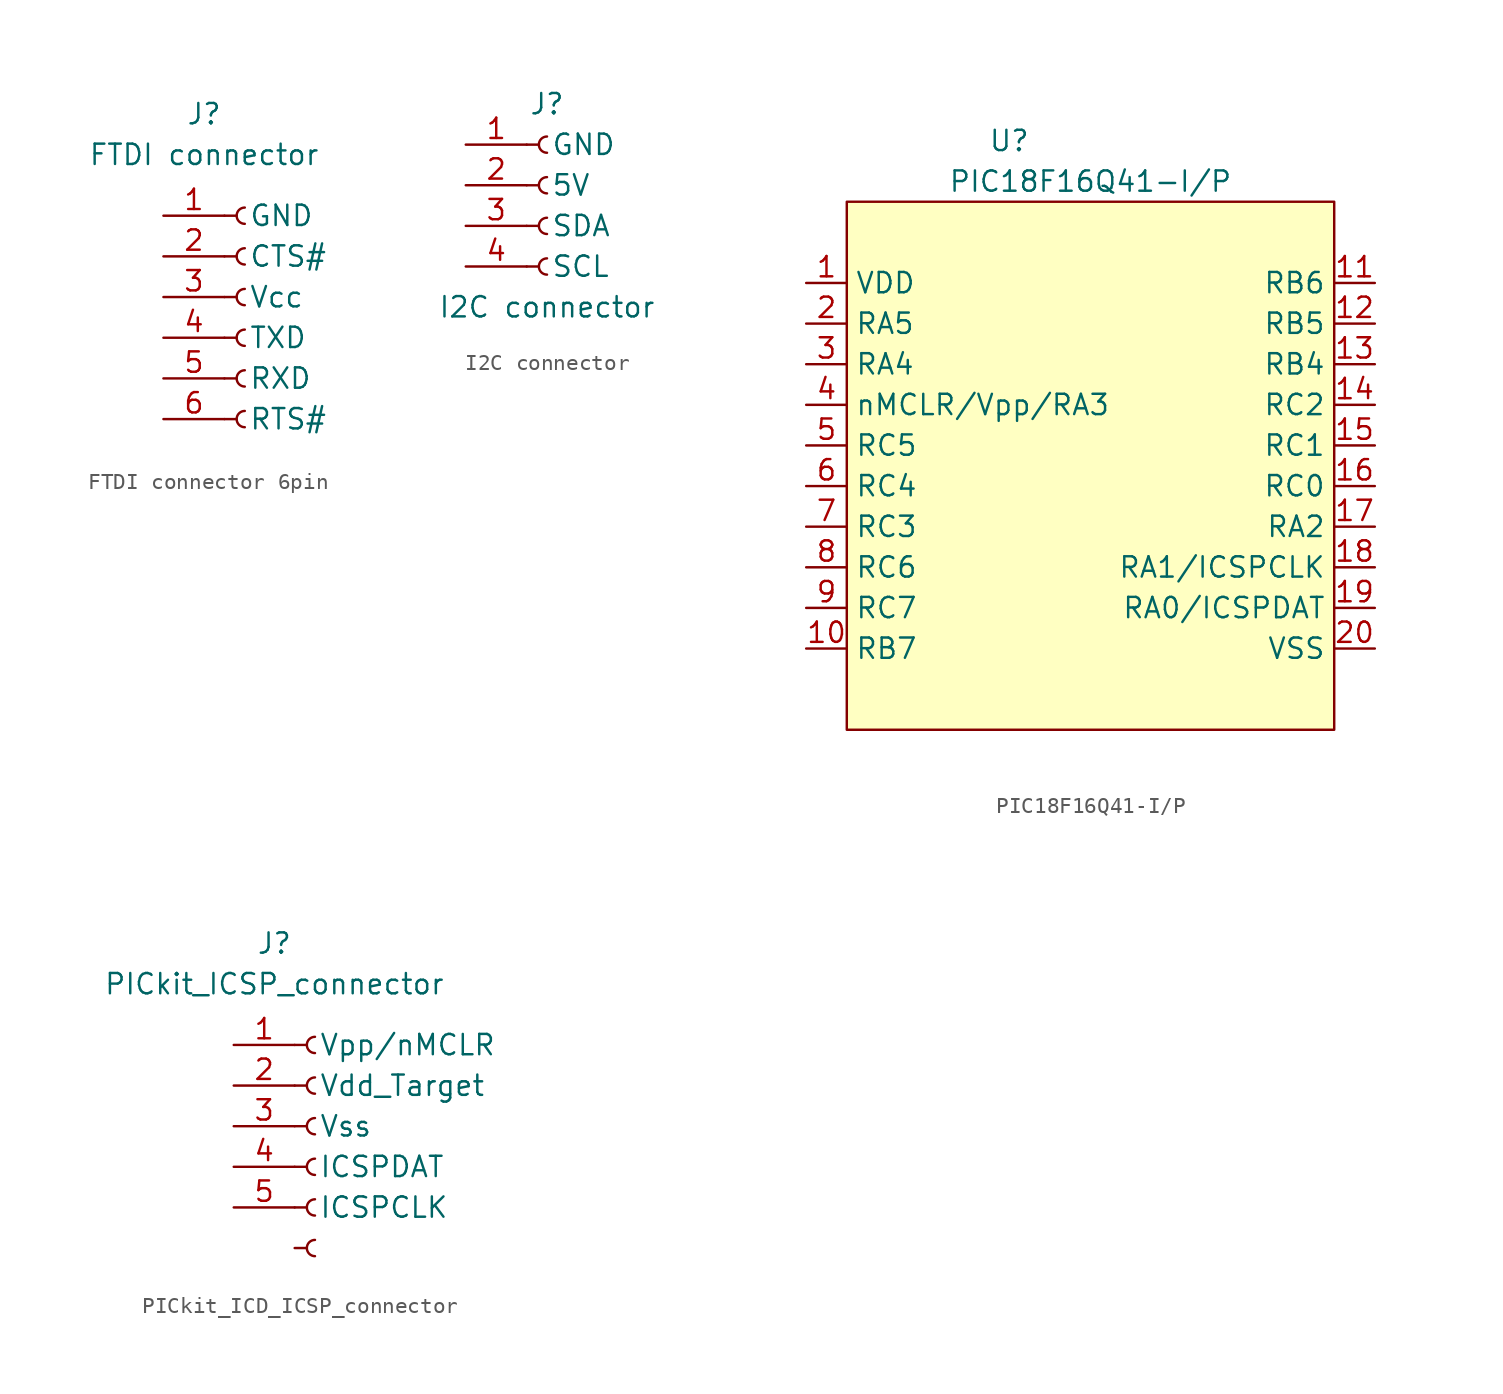
<source format=kicad_sym>
(kicad_symbol_lib
  (version 20220914)
  (generator kicad_symbol_editor)
  (symbol "FTDI connector 6pin"
    (pin_names
      (offset 1.524))
    (property "Reference" "J"
      (at 2.54 12.7 0)
      (effects (font (size 1.27 1.27))))
    (property "Value" "FTDI connector"
      (at 2.54 10.16 0)
      (effects (font (size 1.27 1.27))))
    (symbol "FTDI connector 6pin_1_1"
      (polyline (pts (xy 3.81 -6.35) (xy 4.572 -6.35)) (stroke (width 0.152) (type default)) (fill (type none)))
      (polyline (pts (xy 3.81 -3.81) (xy 4.572 -3.81)) (stroke (width 0.152) (type default)) (fill (type none)))
      (polyline (pts (xy 3.81 -1.27) (xy 4.572 -1.27)) (stroke (width 0.152) (type default)) (fill (type none)))
      (polyline (pts (xy 3.81 1.27) (xy 4.572 1.27)) (stroke (width 0.152) (type default)) (fill (type none)))
      (polyline (pts (xy 3.81 3.81) (xy 4.572 3.81)) (stroke (width 0.152) (type default)) (fill (type none)))
      (polyline (pts (xy 3.81 6.35) (xy 4.572 6.35)) (stroke (width 0.152) (type default)) (fill (type none)))
      (arc (start 5.08 -5.842) (mid 4.5742 -6.35) (end 5.08 -6.858) (stroke (width 0.1524) (type default)) (fill (type none)))
      (arc (start 5.08 -3.302) (mid 4.5742 -3.81) (end 5.08 -4.318) (stroke (width 0.1524) (type default)) (fill (type none)))
      (arc (start 5.08 -0.762) (mid 4.5742 -1.27) (end 5.08 -1.778) (stroke (width 0.1524) (type default)) (fill (type none)))
      (arc (start 5.08 1.778) (mid 4.5742 1.27) (end 5.08 0.762) (stroke (width 0.1524) (type default)) (fill (type none)))
      (arc (start 5.08 4.318) (mid 4.5742 3.81) (end 5.08 3.302) (stroke (width 0.1524) (type default)) (fill (type none)))
      (arc (start 5.08 6.858) (mid 4.5742 6.35) (end 5.08 5.842) (stroke (width 0.1524) (type default)) (fill (type none)))
      (pin power_in line (at 0 6.35 0) (length 3.81) (name "GND" (effects (font (size 1.27 1.27)))) (number "1" (effects (font (size 1.27 1.27)))))
      (pin bidirectional line (at 0 3.81 0) (length 3.81) (name "CTS#" (effects (font (size 1.27 1.27)))) (number "2" (effects (font (size 1.27 1.27)))))
      (pin power_in line (at 0 1.27 0) (length 3.81) (name "Vcc" (effects (font (size 1.27 1.27)))) (number "3" (effects (font (size 1.27 1.27)))))
      (pin bidirectional line (at 0 -1.27 0) (length 3.81) (name "TXD" (effects (font (size 1.27 1.27)))) (number "4" (effects (font (size 1.27 1.27)))))
      (pin bidirectional line (at 0 -3.81 0) (length 3.81) (name "RXD" (effects (font (size 1.27 1.27)))) (number "5" (effects (font (size 1.27 1.27)))))
      (pin bidirectional line (at 0 -6.35 0) (length 3.81) (name "RTS#" (effects (font (size 1.27 1.27)))) (number "6" (effects (font (size 1.27 1.27)))))))
  (symbol "I2C connector"
    (pin_names
      (offset 1.524))
    (property "Reference" "J"
      (at 0 5.08 0)
      (effects (font (size 1.27 1.27))))
    (property "Value" "I2C connector"
      (at 0 -7.62 0)
      (effects (font (size 1.27 1.27))))
    (symbol "I2C connector_1_1"
      (arc (start 0 -4.572) (mid -0.5058 -5.08) (end 0 -5.588) (stroke (width 0.1524) (type default)) (fill (type none)))
      (arc (start 0 -2.032) (mid -0.5058 -2.54) (end 0 -3.048) (stroke (width 0.1524) (type default)) (fill (type none)))
      (polyline (pts (xy -1.27 -5.08) (xy -0.508 -5.08)) (stroke (width 0.152) (type default)) (fill (type none)))
      (polyline (pts (xy -1.27 -2.54) (xy -0.508 -2.54)) (stroke (width 0.152) (type default)) (fill (type none)))
      (polyline (pts (xy -1.27 0) (xy -0.508 0)) (stroke (width 0.152) (type default)) (fill (type none)))
      (polyline (pts (xy -1.27 2.54) (xy -0.508 2.54)) (stroke (width 0.152) (type default)) (fill (type none)))
      (arc (start 0 0.508) (mid -0.5058 0) (end 0 -0.508) (stroke (width 0.1524) (type default)) (fill (type none)))
      (arc (start 0 3.048) (mid -0.5058 2.54) (end 0 2.032) (stroke (width 0.1524) (type default)) (fill (type none)))
      (pin power_out line (at -5.08 2.54 0) (length 3.81) (name "GND" (effects (font (size 1.27 1.27)))) (number "1" (effects (font (size 1.27 1.27)))))
      (pin power_out line (at -5.08 0 0) (length 3.81) (name "5V" (effects (font (size 1.27 1.27)))) (number "2" (effects (font (size 1.27 1.27)))))
      (pin bidirectional line (at -5.08 -2.54 0) (length 3.81) (name "SDA" (effects (font (size 1.27 1.27)))) (number "3" (effects (font (size 1.27 1.27)))))
      (pin bidirectional line (at -5.08 -5.08 0) (length 3.81) (name "SCL" (effects (font (size 1.27 1.27)))) (number "4" (effects (font (size 1.27 1.27)))))))
  (symbol "PIC18F16Q41-I/P"
    (property "Reference" "U"
      (at -5.08 20.32 0)
      (effects (font (size 1.27 1.27))))
    (property "Value" "PIC18F16Q41-I/P"
      (at 0 17.78 0)
      (effects (font (size 1.27 1.27))))
    (symbol "PIC18F16Q41-I/P_1_1"
      (rectangle (start -15.24 16.51) (end 15.24 -16.51) (stroke (width 0) (type default)) (fill (type background)))
      (pin power_in line (at -17.78 11.43 0) (length 2.54) (name "VDD" (effects (font (size 1.27 1.27)))) (number "1" (effects (font (size 1.27 1.27)))))
      (pin bidirectional line (at -17.78 -11.43 0) (length 2.54) (name "RB7" (effects (font (size 1.27 1.27)))) (number "10" (effects (font (size 1.27 1.27)))))
      (pin bidirectional line (at 17.78 11.43 180) (length 2.54) (name "RB6" (effects (font (size 1.27 1.27)))) (number "11" (effects (font (size 1.27 1.27)))))
      (pin bidirectional line (at 17.78 8.89 180) (length 2.54) (name "RB5" (effects (font (size 1.27 1.27)))) (number "12" (effects (font (size 1.27 1.27)))))
      (pin bidirectional line (at 17.78 6.35 180) (length 2.54) (name "RB4" (effects (font (size 1.27 1.27)))) (number "13" (effects (font (size 1.27 1.27)))))
      (pin bidirectional line (at 17.78 3.81 180) (length 2.54) (name "RC2" (effects (font (size 1.27 1.27)))) (number "14" (effects (font (size 1.27 1.27)))))
      (pin bidirectional line (at 17.78 1.27 180) (length 2.54) (name "RC1" (effects (font (size 1.27 1.27)))) (number "15" (effects (font (size 1.27 1.27)))))
      (pin bidirectional line (at 17.78 -1.27 180) (length 2.54) (name "RC0" (effects (font (size 1.27 1.27)))) (number "16" (effects (font (size 1.27 1.27)))))
      (pin bidirectional line (at 17.78 -3.81 180) (length 2.54) (name "RA2" (effects (font (size 1.27 1.27)))) (number "17" (effects (font (size 1.27 1.27)))))
      (pin bidirectional line (at 17.78 -6.35 180) (length 2.54) (name "RA1/ICSPCLK" (effects (font (size 1.27 1.27)))) (number "18" (effects (font (size 1.27 1.27)))))
      (pin bidirectional line (at 17.78 -8.89 180) (length 2.54) (name "RA0/ICSPDAT" (effects (font (size 1.27 1.27)))) (number "19" (effects (font (size 1.27 1.27)))))
      (pin bidirectional line (at -17.78 8.89 0) (length 2.54) (name "RA5" (effects (font (size 1.27 1.27)))) (number "2" (effects (font (size 1.27 1.27)))))
      (pin power_in line (at 17.78 -11.43 180) (length 2.54) (name "VSS" (effects (font (size 1.27 1.27)))) (number "20" (effects (font (size 1.27 1.27)))))
      (pin bidirectional line (at -17.78 6.35 0) (length 2.54) (name "RA4" (effects (font (size 1.27 1.27)))) (number "3" (effects (font (size 1.27 1.27)))))
      (pin bidirectional line (at -17.78 3.81 0) (length 2.54) (name "nMCLR/Vpp/RA3" (effects (font (size 1.27 1.27)))) (number "4" (effects (font (size 1.27 1.27)))))
      (pin bidirectional line (at -17.78 1.27 0) (length 2.54) (name "RC5" (effects (font (size 1.27 1.27)))) (number "5" (effects (font (size 1.27 1.27)))))
      (pin bidirectional line (at -17.78 -1.27 0) (length 2.54) (name "RC4" (effects (font (size 1.27 1.27)))) (number "6" (effects (font (size 1.27 1.27)))))
      (pin bidirectional line (at -17.78 -3.81 0) (length 2.54) (name "RC3" (effects (font (size 1.27 1.27)))) (number "7" (effects (font (size 1.27 1.27)))))
      (pin bidirectional line (at -17.78 -6.35 0) (length 2.54) (name "RC6" (effects (font (size 1.27 1.27)))) (number "8" (effects (font (size 1.27 1.27)))))
      (pin bidirectional line (at -17.78 -8.89 0) (length 2.54) (name "RC7" (effects (font (size 1.27 1.27)))) (number "9" (effects (font (size 1.27 1.27)))))))
  (symbol "PICkit_ICD_ICSP_connector"
    (pin_names
      (offset 1.524))
    (property "Reference" "J"
      (at 2.54 12.7 0)
      (effects (font (size 1.27 1.27))))
    (property "Value" "PICkit_ICSP_connector"
      (at 2.54 10.16 0)
      (effects (font (size 1.27 1.27))))
    (symbol "PICkit_ICD_ICSP_connector_1_1"
      (polyline (pts (xy 3.81 -6.35) (xy 4.572 -6.35)) (stroke (width 0.152) (type default)) (fill (type none)))
      (polyline (pts (xy 3.81 -3.81) (xy 4.572 -3.81)) (stroke (width 0.152) (type default)) (fill (type none)))
      (polyline (pts (xy 3.81 -1.27) (xy 4.572 -1.27)) (stroke (width 0.152) (type default)) (fill (type none)))
      (polyline (pts (xy 3.81 1.27) (xy 4.572 1.27)) (stroke (width 0.152) (type default)) (fill (type none)))
      (polyline (pts (xy 3.81 3.81) (xy 4.572 3.81)) (stroke (width 0.152) (type default)) (fill (type none)))
      (polyline (pts (xy 3.81 6.35) (xy 4.572 6.35)) (stroke (width 0.152) (type default)) (fill (type none)))
      (arc (start 5.08 -5.842) (mid 4.5742 -6.35) (end 5.08 -6.858) (stroke (width 0.1524) (type default)) (fill (type none)))
      (arc (start 5.08 -3.302) (mid 4.5742 -3.81) (end 5.08 -4.318) (stroke (width 0.1524) (type default)) (fill (type none)))
      (arc (start 5.08 -0.762) (mid 4.5742 -1.27) (end 5.08 -1.778) (stroke (width 0.1524) (type default)) (fill (type none)))
      (arc (start 5.08 1.778) (mid 4.5742 1.27) (end 5.08 0.762) (stroke (width 0.1524) (type default)) (fill (type none)))
      (arc (start 5.08 4.318) (mid 4.5742 3.81) (end 5.08 3.302) (stroke (width 0.1524) (type default)) (fill (type none)))
      (arc (start 5.08 6.858) (mid 4.5742 6.35) (end 5.08 5.842) (stroke (width 0.1524) (type default)) (fill (type none)))
      (pin passive line (at 0 6.35 0) (length 3.81) (name "Vpp/nMCLR" (effects (font (size 1.27 1.27)))) (number "1" (effects (font (size 1.27 1.27)))))
      (pin passive line (at 0 3.81 0) (length 3.81) (name "Vdd_Target" (effects (font (size 1.27 1.27)))) (number "2" (effects (font (size 1.27 1.27)))))
      (pin passive line (at 0 1.27 0) (length 3.81) (name "Vss" (effects (font (size 1.27 1.27)))) (number "3" (effects (font (size 1.27 1.27)))))
      (pin passive line (at 0 -1.27 0) (length 3.81) (name "ICSPDAT" (effects (font (size 1.27 1.27)))) (number "4" (effects (font (size 1.27 1.27)))))
      (pin passive line (at 0 -3.81 0) (length 3.81) (name "ICSPCLK" (effects (font (size 1.27 1.27)))) (number "5" (effects (font (size 1.27 1.27)))))
      (pin no_connect line (at 0 -6.35 0) (length 3.81) hide (name "No_Connect" (effects (font (size 1.27 1.27)))) (number "6" (effects (font (size 1.27 1.27))))))))
</source>
